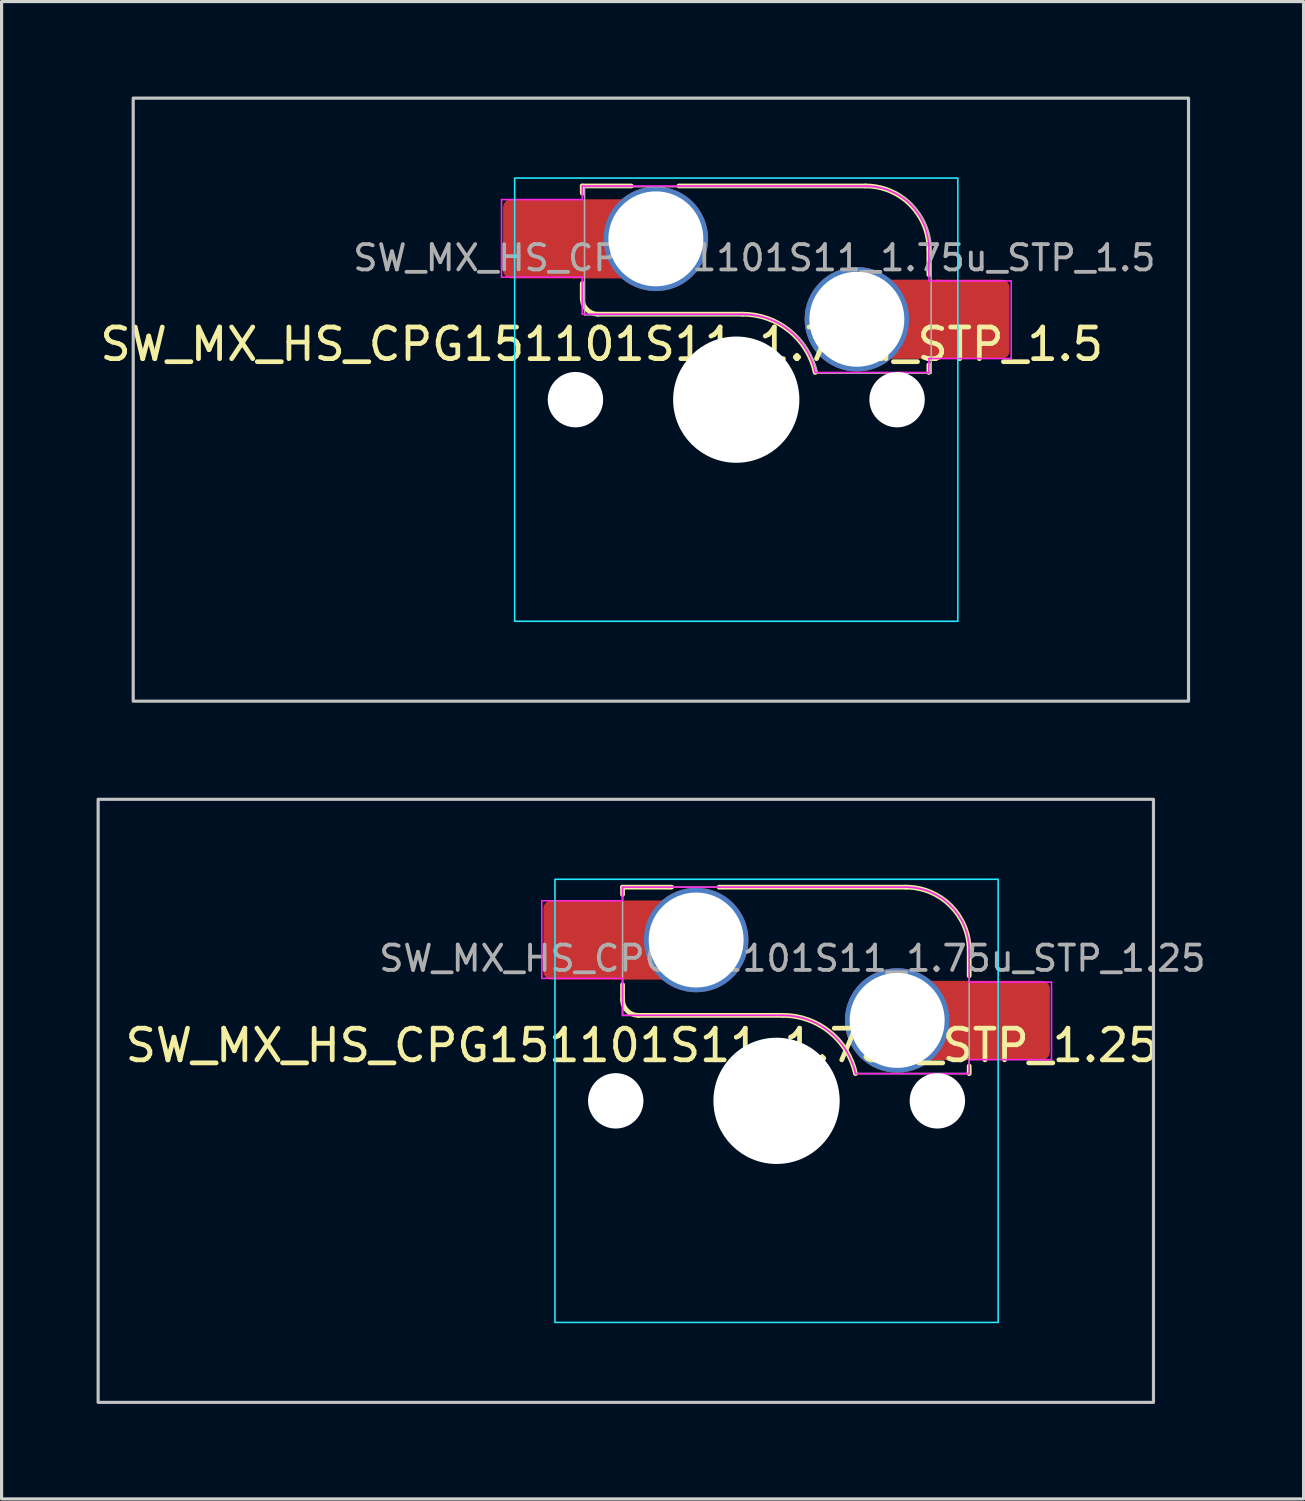
<source format=kicad_pcb>
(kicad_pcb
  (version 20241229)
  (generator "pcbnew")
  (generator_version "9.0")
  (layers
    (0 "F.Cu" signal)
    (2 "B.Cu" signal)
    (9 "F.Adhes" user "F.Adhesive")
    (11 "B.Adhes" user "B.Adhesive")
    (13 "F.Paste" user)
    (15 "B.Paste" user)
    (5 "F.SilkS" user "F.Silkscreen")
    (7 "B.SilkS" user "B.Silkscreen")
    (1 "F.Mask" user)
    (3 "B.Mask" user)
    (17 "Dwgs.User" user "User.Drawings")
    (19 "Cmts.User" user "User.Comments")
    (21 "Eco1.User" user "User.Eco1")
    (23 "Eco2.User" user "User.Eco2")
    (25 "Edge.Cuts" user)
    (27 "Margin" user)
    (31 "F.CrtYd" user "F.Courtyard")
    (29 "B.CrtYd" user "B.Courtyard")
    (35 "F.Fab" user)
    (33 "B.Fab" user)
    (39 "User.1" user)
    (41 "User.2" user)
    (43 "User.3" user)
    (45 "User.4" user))
  (footprint "SW_MX_HS_CPG151101S11_1.75u_STP_1.25"
    (layer "F.Cu")
    (at 21.481 31.725)
    (property "Reference" "SW_MX_HS_CPG151101S11_1.75u_STP_1.25" (at -4.25 -1.75 0) (layer "F.SilkS") (effects (font (size 1 1) (thickness 0.15))))
    (attr smd)
    (fp_line (start -4.865 -6.75) (end -4.865 -6.52) (stroke (width 0.15) (type solid)) (layer "F.SilkS"))
    (fp_line (start -4.865 -3.67) (end -4.865 -3.2) (stroke (width 0.15) (type solid)) (layer "F.SilkS"))
    (fp_line (start -4.365 -2.7) (end 0.2 -2.7) (stroke (width 0.15) (type solid)) (layer "F.SilkS"))
    (fp_line (start -3.315 -6.75) (end -4.865 -6.75) (stroke (width 0.15) (type solid)) (layer "F.SilkS"))
    (fp_line (start 4.085 -6.75) (end -1.815 -6.75) (stroke (width 0.15) (type solid)) (layer "F.SilkS"))
    (fp_line (start 6.085 -3.95) (end 6.085 -4.75) (stroke (width 0.15) (type solid)) (layer "F.SilkS"))
    (fp_line (start 6.085 -1.1) (end 6.085 -0.86) (stroke (width 0.15) (type solid)) (layer "F.SilkS"))
    (fp_arc (start -4.364824 -2.70022) (mid -4.718377 -2.846667) (end -4.864824 -3.20022) (stroke (width 0.15) (type solid)) (layer "F.SilkS"))
    (fp_arc (start 0.2 -2.70022) (mid 1.670693 -2.183637) (end 2.494322 -0.86022) (stroke (width 0.15) (type solid)) (layer "F.SilkS"))
    (fp_arc (start 4.085176 -6.75022) (mid 5.49939 -6.164434) (end 6.085176 -4.75022) (stroke (width 0.15) (type solid)) (layer "F.SilkS"))
    (fp_rect (start -21.431 -9.525) (end 11.906 9.525) (stroke (width 0.1) (type default)) (fill no) (layer "Dwgs.User"))
    (fp_line (start -7 -6.5) (end -7 6.5) (stroke (width 0.05) (type solid)) (layer "Eco2.User"))
    (fp_line (start -6.5 7) (end 6.5 7) (stroke (width 0.05) (type solid)) (layer "Eco2.User"))
    (fp_line (start 6.5 -7) (end -6.5 -7) (stroke (width 0.05) (type solid)) (layer "Eco2.User"))
    (fp_line (start 7 6.5) (end 7 -6.5) (stroke (width 0.05) (type solid)) (layer "Eco2.User"))
    (fp_arc (start -7 -6.5) (mid -6.853553 -6.853553) (end -6.5 -7) (stroke (width 0.05) (type solid)) (layer "Eco2.User"))
    (fp_arc (start -6.497236 6.998884) (mid -6.850789 6.852437) (end -6.997236 6.498884) (stroke (width 0.05) (type solid)) (layer "Eco2.User"))
    (fp_arc (start 6.5 -7) (mid 6.853553 -6.853553) (end 7 -6.5) (stroke (width 0.05) (type solid)) (layer "Eco2.User"))
    (fp_arc (start 7 6.5) (mid 6.853553 6.853553) (end 6.5 7) (stroke (width 0.05) (type solid)) (layer "Eco2.User"))
    (fp_rect (start -7 -7) (end 7 7) (stroke (width 0.05) (type default)) (fill no) (layer "B.CrtYd"))
    (fp_line (start -7.415 -6.32) (end -4.865 -6.32) (stroke (width 0.05) (type solid)) (layer "F.CrtYd"))
    (fp_line (start -7.415 -3.87) (end -7.415 -6.32) (stroke (width 0.05) (type solid)) (layer "F.CrtYd"))
    (fp_line (start -4.865 -6.75) (end -4.865 -6.32) (stroke (width 0.05) (type solid)) (layer "F.CrtYd"))
    (fp_line (start -4.865 -3.87) (end -7.415 -3.87) (stroke (width 0.05) (type solid)) (layer "F.CrtYd"))
    (fp_line (start -4.865 -3.87) (end -4.865 -2.7) (stroke (width 0.05) (type solid)) (layer "F.CrtYd"))
    (fp_line (start -4.865 -2.7) (end 0.2 -2.7) (stroke (width 0.05) (type solid)) (layer "F.CrtYd"))
    (fp_line (start 4.085 -6.75) (end -4.865 -6.75) (stroke (width 0.05) (type solid)) (layer "F.CrtYd"))
    (fp_line (start 6.085 -3.75) (end 6.085 -4.75) (stroke (width 0.05) (type solid)) (layer "F.CrtYd"))
    (fp_line (start 6.085 -3.75) (end 8.685 -3.75) (stroke (width 0.05) (type solid)) (layer "F.CrtYd"))
    (fp_line (start 6.085 -1.3) (end 6.085 -0.86) (stroke (width 0.05) (type solid)) (layer "F.CrtYd"))
    (fp_line (start 6.085 -0.86) (end 2.494 -0.86) (stroke (width 0.05) (type solid)) (layer "F.CrtYd"))
    (fp_line (start 8.685 -3.75) (end 8.685 -1.3) (stroke (width 0.05) (type solid)) (layer "F.CrtYd"))
    (fp_line (start 8.685 -1.3) (end 6.085 -1.3) (stroke (width 0.05) (type solid)) (layer "F.CrtYd"))
    (fp_arc (start 0.2 -2.70022) (mid 1.670503 -2.183399) (end 2.494322 -0.86022) (stroke (width 0.05) (type solid)) (layer "F.CrtYd"))
    (fp_arc (start 4.085176 -6.75022) (mid 5.49939 -6.164434) (end 6.085176 -4.75022) (stroke (width 0.05) (type solid)) (layer "F.CrtYd"))
    (fp_line (start -4.865 -6.75) (end -4.865 -2.7) (stroke (width 0.05) (type solid)) (layer "F.Fab"))
    (fp_line (start -4.865 -2.7) (end 0.2 -2.7) (stroke (width 0.05) (type solid)) (layer "F.Fab"))
    (fp_line (start 4.085 -6.75) (end -4.865 -6.75) (stroke (width 0.05) (type solid)) (layer "F.Fab"))
    (fp_line (start 6.085 -0.86) (end 2.494 -0.86) (stroke (width 0.05) (type solid)) (layer "F.Fab"))
    (fp_line (start 6.085 -0.86) (end 6.085 -4.75) (stroke (width 0.05) (type solid)) (layer "F.Fab"))
    (fp_arc (start 0.2 -2.70022) (mid 1.670503 -2.183399) (end 2.494322 -0.86022) (stroke (width 0.05) (type solid)) (layer "F.Fab"))
    (fp_arc (start 4.085176 -6.75022) (mid 5.49939 -6.164434) (end 6.085176 -4.75022) (stroke (width 0.05) (type solid)) (layer "F.Fab"))
    (fp_text user "${REFERENCE}" (at 0.5 -4.5 0) (layer "F.Fab") (effects (font (size 0.8 0.8) (thickness 0.12))))
    (pad "" np_thru_hole circle (at -5.08 0) (size 1.75 1.75) (drill 1.75) (layers "*.Cu" "*.Mask"))
    (pad "" np_thru_hole circle (at 0 0) (size 3.988 3.988) (drill 3.988) (layers "*.Cu" "*.Mask"))
    (pad "" np_thru_hole circle (at 5.08 0) (size 1.75 1.75) (drill 1.75) (layers "*.Cu" "*.Mask"))
    (pad "1" thru_hole circle (at 3.81 -2.54) (size 3.3 3.3) (drill 3) (property pad_prop_mechanical) (layers "*.Cu" "*.Mask"))
    (pad "1" smd rect (at 5.635 -2.54 180) (size 1.65 2.5) (layers "F.Cu"))
    (pad "1" smd roundrect (at 7.36 -2.54) (size 2.55 2.5) (layers "F.Cu" "F.Mask" "F.Paste") (roundrect_rratio 0.1))
    (pad "2" smd roundrect (at -6.09 -5.08) (size 2.55 2.5) (layers "F.Cu" "F.Mask" "F.Paste") (roundrect_rratio 0.1))
    (pad "2" smd rect (at -4.34 -5.08) (size 1.65 2.5) (layers "F.Cu"))
    (pad "2" thru_hole circle (at -2.54 -5.08) (size 3.3 3.3) (drill 3) (property pad_prop_mechanical) (layers "*.Cu" "*.Mask")))
  (footprint "SW_MX_HS_CPG151101S11_1.75u_STP_1.5"
    (layer "F.Cu")
    (at 20.208 9.575)
    (property "Reference" "SW_MX_HS_CPG151101S11_1.75u_STP_1.5" (at -4.25 -1.75 0) (layer "F.SilkS") (effects (font (size 1 1) (thickness 0.15))))
    (attr smd)
    (fp_line (start -4.865 -6.75) (end -4.865 -6.52) (stroke (width 0.15) (type solid)) (layer "F.SilkS"))
    (fp_line (start -4.865 -3.67) (end -4.865 -3.2) (stroke (width 0.15) (type solid)) (layer "F.SilkS"))
    (fp_line (start -4.365 -2.7) (end 0.2 -2.7) (stroke (width 0.15) (type solid)) (layer "F.SilkS"))
    (fp_line (start -3.315 -6.75) (end -4.865 -6.75) (stroke (width 0.15) (type solid)) (layer "F.SilkS"))
    (fp_line (start 4.085 -6.75) (end -1.815 -6.75) (stroke (width 0.15) (type solid)) (layer "F.SilkS"))
    (fp_line (start 6.085 -3.95) (end 6.085 -4.75) (stroke (width 0.15) (type solid)) (layer "F.SilkS"))
    (fp_line (start 6.085 -1.1) (end 6.085 -0.86) (stroke (width 0.15) (type solid)) (layer "F.SilkS"))
    (fp_arc (start -4.364824 -2.70022) (mid -4.718377 -2.846667) (end -4.864824 -3.20022) (stroke (width 0.15) (type solid)) (layer "F.SilkS"))
    (fp_arc (start 0.2 -2.70022) (mid 1.670693 -2.183637) (end 2.494322 -0.86022) (stroke (width 0.15) (type solid)) (layer "F.SilkS"))
    (fp_arc (start 4.085176 -6.75022) (mid 5.49939 -6.164434) (end 6.085176 -4.75022) (stroke (width 0.15) (type solid)) (layer "F.SilkS"))
    (fp_rect (start -19.05 -9.525) (end 14.287 9.525) (stroke (width 0.1) (type default)) (fill no) (layer "Dwgs.User"))
    (fp_line (start -7 -6.5) (end -7 6.5) (stroke (width 0.05) (type solid)) (layer "Eco2.User"))
    (fp_line (start -6.5 7) (end 6.5 7) (stroke (width 0.05) (type solid)) (layer "Eco2.User"))
    (fp_line (start 6.5 -7) (end -6.5 -7) (stroke (width 0.05) (type solid)) (layer "Eco2.User"))
    (fp_line (start 7 6.5) (end 7 -6.5) (stroke (width 0.05) (type solid)) (layer "Eco2.User"))
    (fp_arc (start -7 -6.5) (mid -6.853553 -6.853553) (end -6.5 -7) (stroke (width 0.05) (type solid)) (layer "Eco2.User"))
    (fp_arc (start -6.497236 6.998884) (mid -6.850789 6.852437) (end -6.997236 6.498884) (stroke (width 0.05) (type solid)) (layer "Eco2.User"))
    (fp_arc (start 6.5 -7) (mid 6.853553 -6.853553) (end 7 -6.5) (stroke (width 0.05) (type solid)) (layer "Eco2.User"))
    (fp_arc (start 7 6.5) (mid 6.853553 6.853553) (end 6.5 7) (stroke (width 0.05) (type solid)) (layer "Eco2.User"))
    (fp_rect (start -7 -7) (end 7 7) (stroke (width 0.05) (type default)) (fill no) (layer "B.CrtYd"))
    (fp_line (start -7.415 -6.32) (end -4.865 -6.32) (stroke (width 0.05) (type solid)) (layer "F.CrtYd"))
    (fp_line (start -7.415 -3.87) (end -7.415 -6.32) (stroke (width 0.05) (type solid)) (layer "F.CrtYd"))
    (fp_line (start -4.865 -6.75) (end -4.865 -6.32) (stroke (width 0.05) (type solid)) (layer "F.CrtYd"))
    (fp_line (start -4.865 -3.87) (end -7.415 -3.87) (stroke (width 0.05) (type solid)) (layer "F.CrtYd"))
    (fp_line (start -4.865 -3.87) (end -4.865 -2.7) (stroke (width 0.05) (type solid)) (layer "F.CrtYd"))
    (fp_line (start -4.865 -2.7) (end 0.2 -2.7) (stroke (width 0.05) (type solid)) (layer "F.CrtYd"))
    (fp_line (start 4.085 -6.75) (end -4.865 -6.75) (stroke (width 0.05) (type solid)) (layer "F.CrtYd"))
    (fp_line (start 6.085 -3.75) (end 6.085 -4.75) (stroke (width 0.05) (type solid)) (layer "F.CrtYd"))
    (fp_line (start 6.085 -3.75) (end 8.685 -3.75) (stroke (width 0.05) (type solid)) (layer "F.CrtYd"))
    (fp_line (start 6.085 -1.3) (end 6.085 -0.86) (stroke (width 0.05) (type solid)) (layer "F.CrtYd"))
    (fp_line (start 6.085 -0.86) (end 2.494 -0.86) (stroke (width 0.05) (type solid)) (layer "F.CrtYd"))
    (fp_line (start 8.685 -3.75) (end 8.685 -1.3) (stroke (width 0.05) (type solid)) (layer "F.CrtYd"))
    (fp_line (start 8.685 -1.3) (end 6.085 -1.3) (stroke (width 0.05) (type solid)) (layer "F.CrtYd"))
    (fp_arc (start 0.2 -2.70022) (mid 1.670503 -2.183399) (end 2.494322 -0.86022) (stroke (width 0.05) (type solid)) (layer "F.CrtYd"))
    (fp_arc (start 4.085176 -6.75022) (mid 5.49939 -6.164434) (end 6.085176 -4.75022) (stroke (width 0.05) (type solid)) (layer "F.CrtYd"))
    (fp_line (start -4.793 -6.728) (end -4.793 -2.678) (stroke (width 0.05) (type solid)) (layer "F.Fab"))
    (fp_line (start -4.793 -2.678) (end 0.272 -2.678) (stroke (width 0.05) (type solid)) (layer "F.Fab"))
    (fp_line (start 4.157 -6.728) (end -4.793 -6.728) (stroke (width 0.05) (type solid)) (layer "F.Fab"))
    (fp_line (start 6.157 -0.838) (end 2.566 -0.838) (stroke (width 0.05) (type solid)) (layer "F.Fab"))
    (fp_line (start 6.157 -0.838) (end 6.157 -4.728) (stroke (width 0.05) (type solid)) (layer "F.Fab"))
    (fp_arc (start 0.271609 -2.67832) (mid 1.742111 -2.161499) (end 2.565931 -0.83832) (stroke (width 0.05) (type solid)) (layer "F.Fab"))
    (fp_arc (start 4.156785 -6.72832) (mid 5.571001 -6.142535) (end 6.156785 -4.72832) (stroke (width 0.05) (type solid)) (layer "F.Fab"))
    (fp_text user "${REFERENCE}" (at 0.572 -4.478 0) (layer "F.Fab") (effects (font (size 0.8 0.8) (thickness 0.12))))
    (pad "" np_thru_hole circle (at -5.08 0) (size 1.75 1.75) (drill 1.75) (layers "*.Cu" "*.Mask"))
    (pad "" np_thru_hole circle (at 0 0) (size 3.988 3.988) (drill 3.988) (layers "*.Cu" "*.Mask"))
    (pad "" np_thru_hole circle (at 5.08 0) (size 1.75 1.75) (drill 1.75) (layers "*.Cu" "*.Mask"))
    (pad "1" thru_hole circle (at 3.81 -2.54) (size 3.3 3.3) (drill 3) (property pad_prop_mechanical) (layers "*.Cu" "*.Mask"))
    (pad "1" smd rect (at 5.635 -2.54 180) (size 1.65 2.5) (layers "F.Cu"))
    (pad "1" smd roundrect (at 7.36 -2.54) (size 2.55 2.5) (layers "F.Cu" "F.Mask" "F.Paste") (roundrect_rratio 0.1))
    (pad "2" smd roundrect (at -6.09 -5.08) (size 2.55 2.5) (layers "F.Cu" "F.Mask" "F.Paste") (roundrect_rratio 0.1))
    (pad "2" smd rect (at -4.34 -5.08) (size 1.65 2.5) (layers "F.Cu"))
    (pad "2" thru_hole circle (at -2.54 -5.08) (size 3.3 3.3) (drill 3) (property pad_prop_mechanical) (layers "*.Cu" "*.Mask")))
  (gr_rect
    (start -3 -3)
    (end 38.129 44.3)
    (stroke (width 0.1) (type default))
    (fill no)
    (layer "Edge.Cuts")))
</source>
